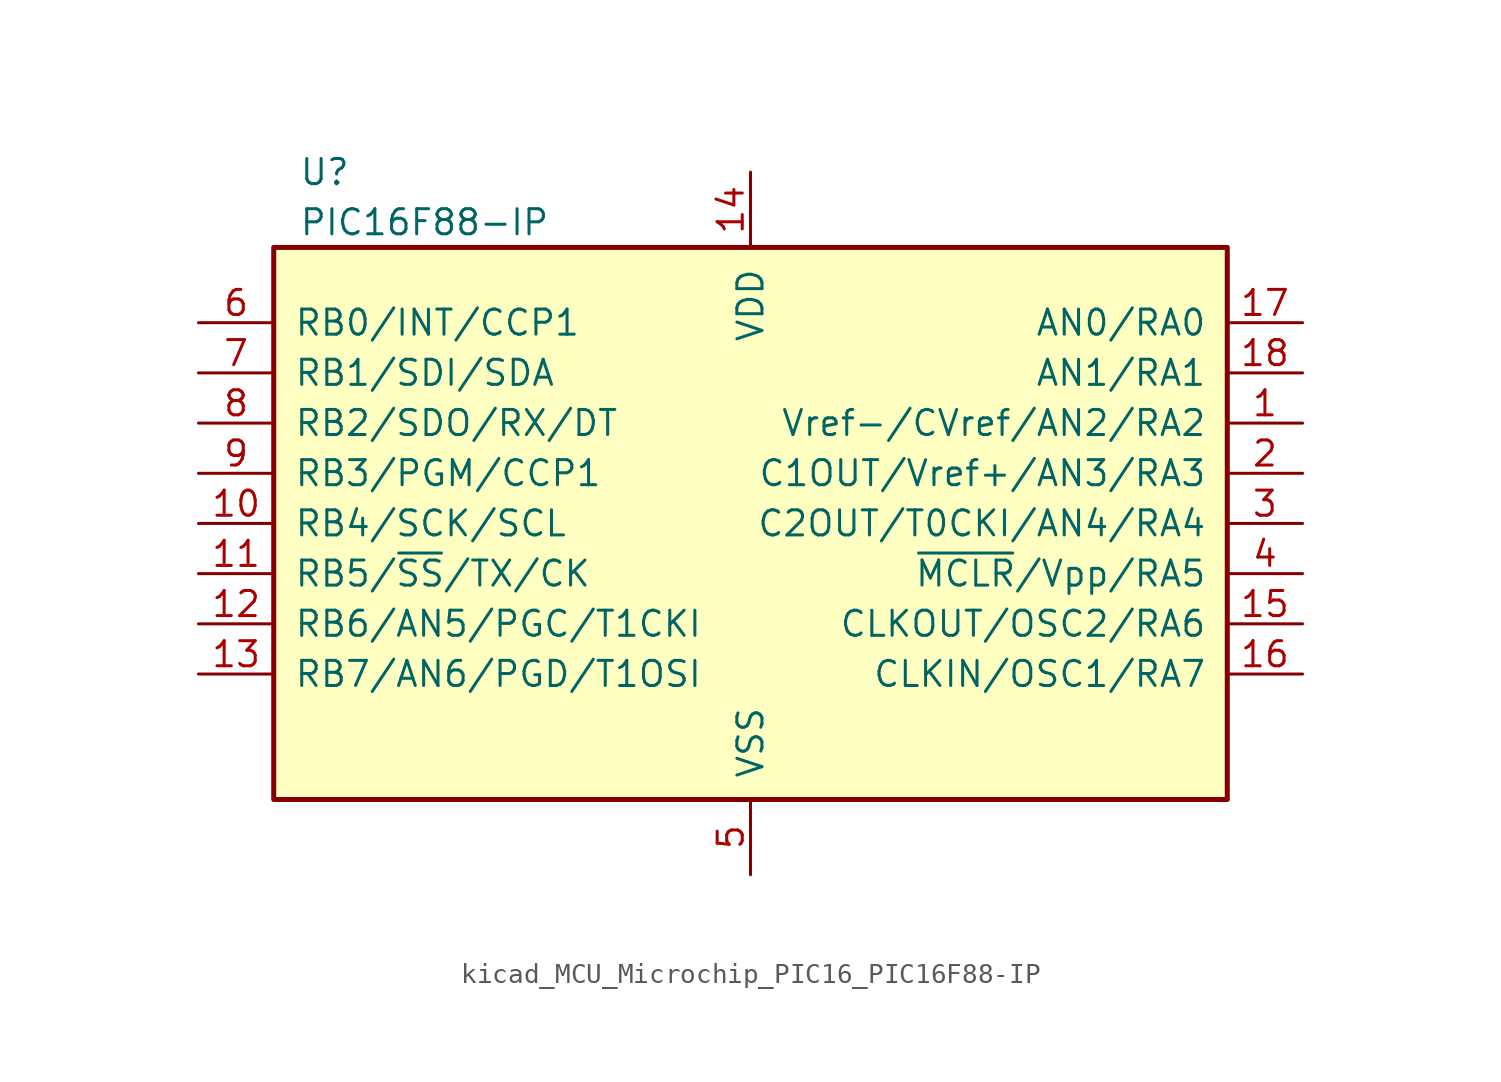
<source format=kicad_sym>
(kicad_symbol_lib
  (version 20220914)
  (generator kicad_symbol_editor)
  (symbol "kicad_MCU_Microchip_PIC16_PIC16F88-IP"
    (pin_names
      (offset 1.016))
    (property "Reference" "U"
      (at -22.86 17.78 0)
      (effects (font (size 1.27 1.27)) (justify left)))
    (property "Value" "PIC16F88-IP"
      (at -22.86 15.24 0)
      (effects (font (size 1.27 1.27)) (justify left)))
    (symbol "kicad_MCU_Microchip_PIC16_PIC16F88-IP_0_1"
      (rectangle (start 24.13 13.97) (end -24.13 -13.97) (stroke (width 0.254) (type default)) (fill (type background))))
    (symbol "kicad_MCU_Microchip_PIC16_PIC16F88-IP_1_1"
      (pin bidirectional line (at 27.94 5.08 180) (length 3.81) (name "Vref-/CVref/AN2/RA2" (effects (font (size 1.27 1.27)))) (number "1" (effects (font (size 1.27 1.27)))))
      (pin bidirectional line (at -27.94 0 0) (length 3.81) (name "RB4/SCK/SCL" (effects (font (size 1.27 1.27)))) (number "10" (effects (font (size 1.27 1.27)))))
      (pin bidirectional line (at -27.94 -2.54 0) (length 3.81) (name "RB5/~{SS}/TX/CK" (effects (font (size 1.27 1.27)))) (number "11" (effects (font (size 1.27 1.27)))))
      (pin bidirectional line (at -27.94 -5.08 0) (length 3.81) (name "RB6/AN5/PGC/T1CKI" (effects (font (size 1.27 1.27)))) (number "12" (effects (font (size 1.27 1.27)))))
      (pin bidirectional line (at -27.94 -7.62 0) (length 3.81) (name "RB7/AN6/PGD/T1OSI" (effects (font (size 1.27 1.27)))) (number "13" (effects (font (size 1.27 1.27)))))
      (pin power_in line (at 0 17.78 270) (length 3.81) (name "VDD" (effects (font (size 1.27 1.27)))) (number "14" (effects (font (size 1.27 1.27)))))
      (pin bidirectional line (at 27.94 -5.08 180) (length 3.81) (name "CLKOUT/OSC2/RA6" (effects (font (size 1.27 1.27)))) (number "15" (effects (font (size 1.27 1.27)))))
      (pin bidirectional line (at 27.94 -7.62 180) (length 3.81) (name "CLKIN/OSC1/RA7" (effects (font (size 1.27 1.27)))) (number "16" (effects (font (size 1.27 1.27)))))
      (pin bidirectional line (at 27.94 10.16 180) (length 3.81) (name "AN0/RA0" (effects (font (size 1.27 1.27)))) (number "17" (effects (font (size 1.27 1.27)))))
      (pin bidirectional line (at 27.94 7.62 180) (length 3.81) (name "AN1/RA1" (effects (font (size 1.27 1.27)))) (number "18" (effects (font (size 1.27 1.27)))))
      (pin bidirectional line (at 27.94 2.54 180) (length 3.81) (name "C1OUT/Vref+/AN3/RA3" (effects (font (size 1.27 1.27)))) (number "2" (effects (font (size 1.27 1.27)))))
      (pin bidirectional line (at 27.94 0 180) (length 3.81) (name "C2OUT/T0CKI/AN4/RA4" (effects (font (size 1.27 1.27)))) (number "3" (effects (font (size 1.27 1.27)))))
      (pin input line (at 27.94 -2.54 180) (length 3.81) (name "~{MCLR}/Vpp/RA5" (effects (font (size 1.27 1.27)))) (number "4" (effects (font (size 1.27 1.27)))))
      (pin power_in line (at 0 -17.78 90) (length 3.81) (name "VSS" (effects (font (size 1.27 1.27)))) (number "5" (effects (font (size 1.27 1.27)))))
      (pin bidirectional line (at -27.94 10.16 0) (length 3.81) (name "RB0/INT/CCP1" (effects (font (size 1.27 1.27)))) (number "6" (effects (font (size 1.27 1.27)))))
      (pin bidirectional line (at -27.94 7.62 0) (length 3.81) (name "RB1/SDI/SDA" (effects (font (size 1.27 1.27)))) (number "7" (effects (font (size 1.27 1.27)))))
      (pin bidirectional line (at -27.94 5.08 0) (length 3.81) (name "RB2/SDO/RX/DT" (effects (font (size 1.27 1.27)))) (number "8" (effects (font (size 1.27 1.27)))))
      (pin bidirectional line (at -27.94 2.54 0) (length 3.81) (name "RB3/PGM/CCP1" (effects (font (size 1.27 1.27)))) (number "9" (effects (font (size 1.27 1.27))))))))
</source>
